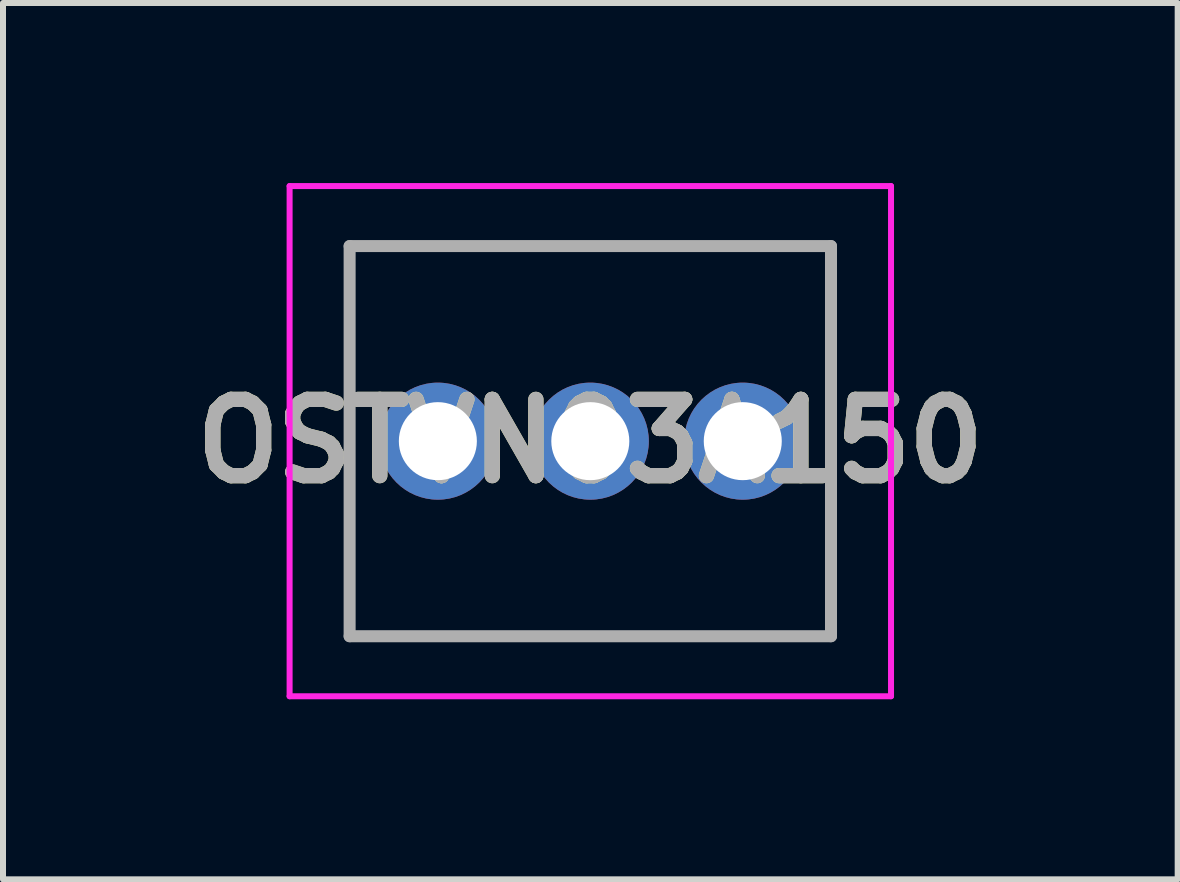
<source format=kicad_pcb>
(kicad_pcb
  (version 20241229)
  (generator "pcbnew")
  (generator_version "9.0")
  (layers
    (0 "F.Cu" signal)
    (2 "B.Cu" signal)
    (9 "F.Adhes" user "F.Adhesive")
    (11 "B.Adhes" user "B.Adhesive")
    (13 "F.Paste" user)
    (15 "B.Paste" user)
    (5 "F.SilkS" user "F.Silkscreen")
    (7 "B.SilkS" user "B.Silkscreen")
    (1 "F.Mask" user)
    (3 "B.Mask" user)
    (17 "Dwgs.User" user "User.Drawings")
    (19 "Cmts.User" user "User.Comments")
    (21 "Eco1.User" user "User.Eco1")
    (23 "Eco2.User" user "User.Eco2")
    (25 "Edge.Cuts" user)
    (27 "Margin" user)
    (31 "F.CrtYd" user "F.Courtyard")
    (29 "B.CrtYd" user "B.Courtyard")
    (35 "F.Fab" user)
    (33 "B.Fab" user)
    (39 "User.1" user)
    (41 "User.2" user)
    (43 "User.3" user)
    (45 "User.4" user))
  (footprint "OSTVN03A150"
    (layer "F.Cu")
    (at 4.245 4.3)
    (property "Reference" "OSTVN03A150" (at 2.54 0 0) (layer "F.SilkS") (effects (font (size 1.27 1.27) (thickness 0.254))))
    (attr through_hole)
    (fp_line (start -1.47 -3.25) (end 6.55 -3.25) (stroke (width 0.1) (type solid)) (layer "F.SilkS"))
    (fp_line (start -1.47 3.25) (end -1.47 -3.25) (stroke (width 0.1) (type solid)) (layer "F.SilkS"))
    (fp_line (start 6.55 -3.25) (end 6.55 3.25) (stroke (width 0.1) (type solid)) (layer "F.SilkS"))
    (fp_line (start 6.55 3.25) (end -1.47 3.25) (stroke (width 0.1) (type solid)) (layer "F.SilkS"))
    (fp_line (start -2.47 -4.25) (end 7.55 -4.25) (stroke (width 0.1) (type solid)) (layer "F.CrtYd"))
    (fp_line (start -2.47 4.25) (end -2.47 -4.25) (stroke (width 0.1) (type solid)) (layer "F.CrtYd"))
    (fp_line (start 7.55 -4.25) (end 7.55 4.25) (stroke (width 0.1) (type solid)) (layer "F.CrtYd"))
    (fp_line (start 7.55 4.25) (end -2.47 4.25) (stroke (width 0.1) (type solid)) (layer "F.CrtYd"))
    (fp_line (start -1.47 -3.25) (end 6.55 -3.25) (stroke (width 0.2) (type solid)) (layer "F.Fab"))
    (fp_line (start -1.47 3.25) (end -1.47 -3.25) (stroke (width 0.2) (type solid)) (layer "F.Fab"))
    (fp_line (start 6.55 -3.25) (end 6.55 3.25) (stroke (width 0.2) (type solid)) (layer "F.Fab"))
    (fp_line (start 6.55 3.25) (end -1.47 3.25) (stroke (width 0.2) (type solid)) (layer "F.Fab"))
    (fp_text user "${REFERENCE}" (at 2.54 0 0) (layer "F.Fab") (effects (font (size 1.27 1.27) (thickness 0.254))))
    (pad "1" thru_hole circle (at 0 0) (size 1.95 1.95) (drill 1.3) (layers "*.Cu" "*.Mask"))
    (pad "2" thru_hole circle (at 2.54 0) (size 1.95 1.95) (drill 1.3) (layers "*.Cu" "*.Mask"))
    (pad "3" thru_hole circle (at 5.08 0) (size 1.95 1.95) (drill 1.3) (layers "*.Cu" "*.Mask")))
  (gr_rect
    (start -3 -3)
    (end 16.571 11.6)
    (stroke (width 0.1) (type default))
    (fill no)
    (layer "Edge.Cuts")))
</source>
